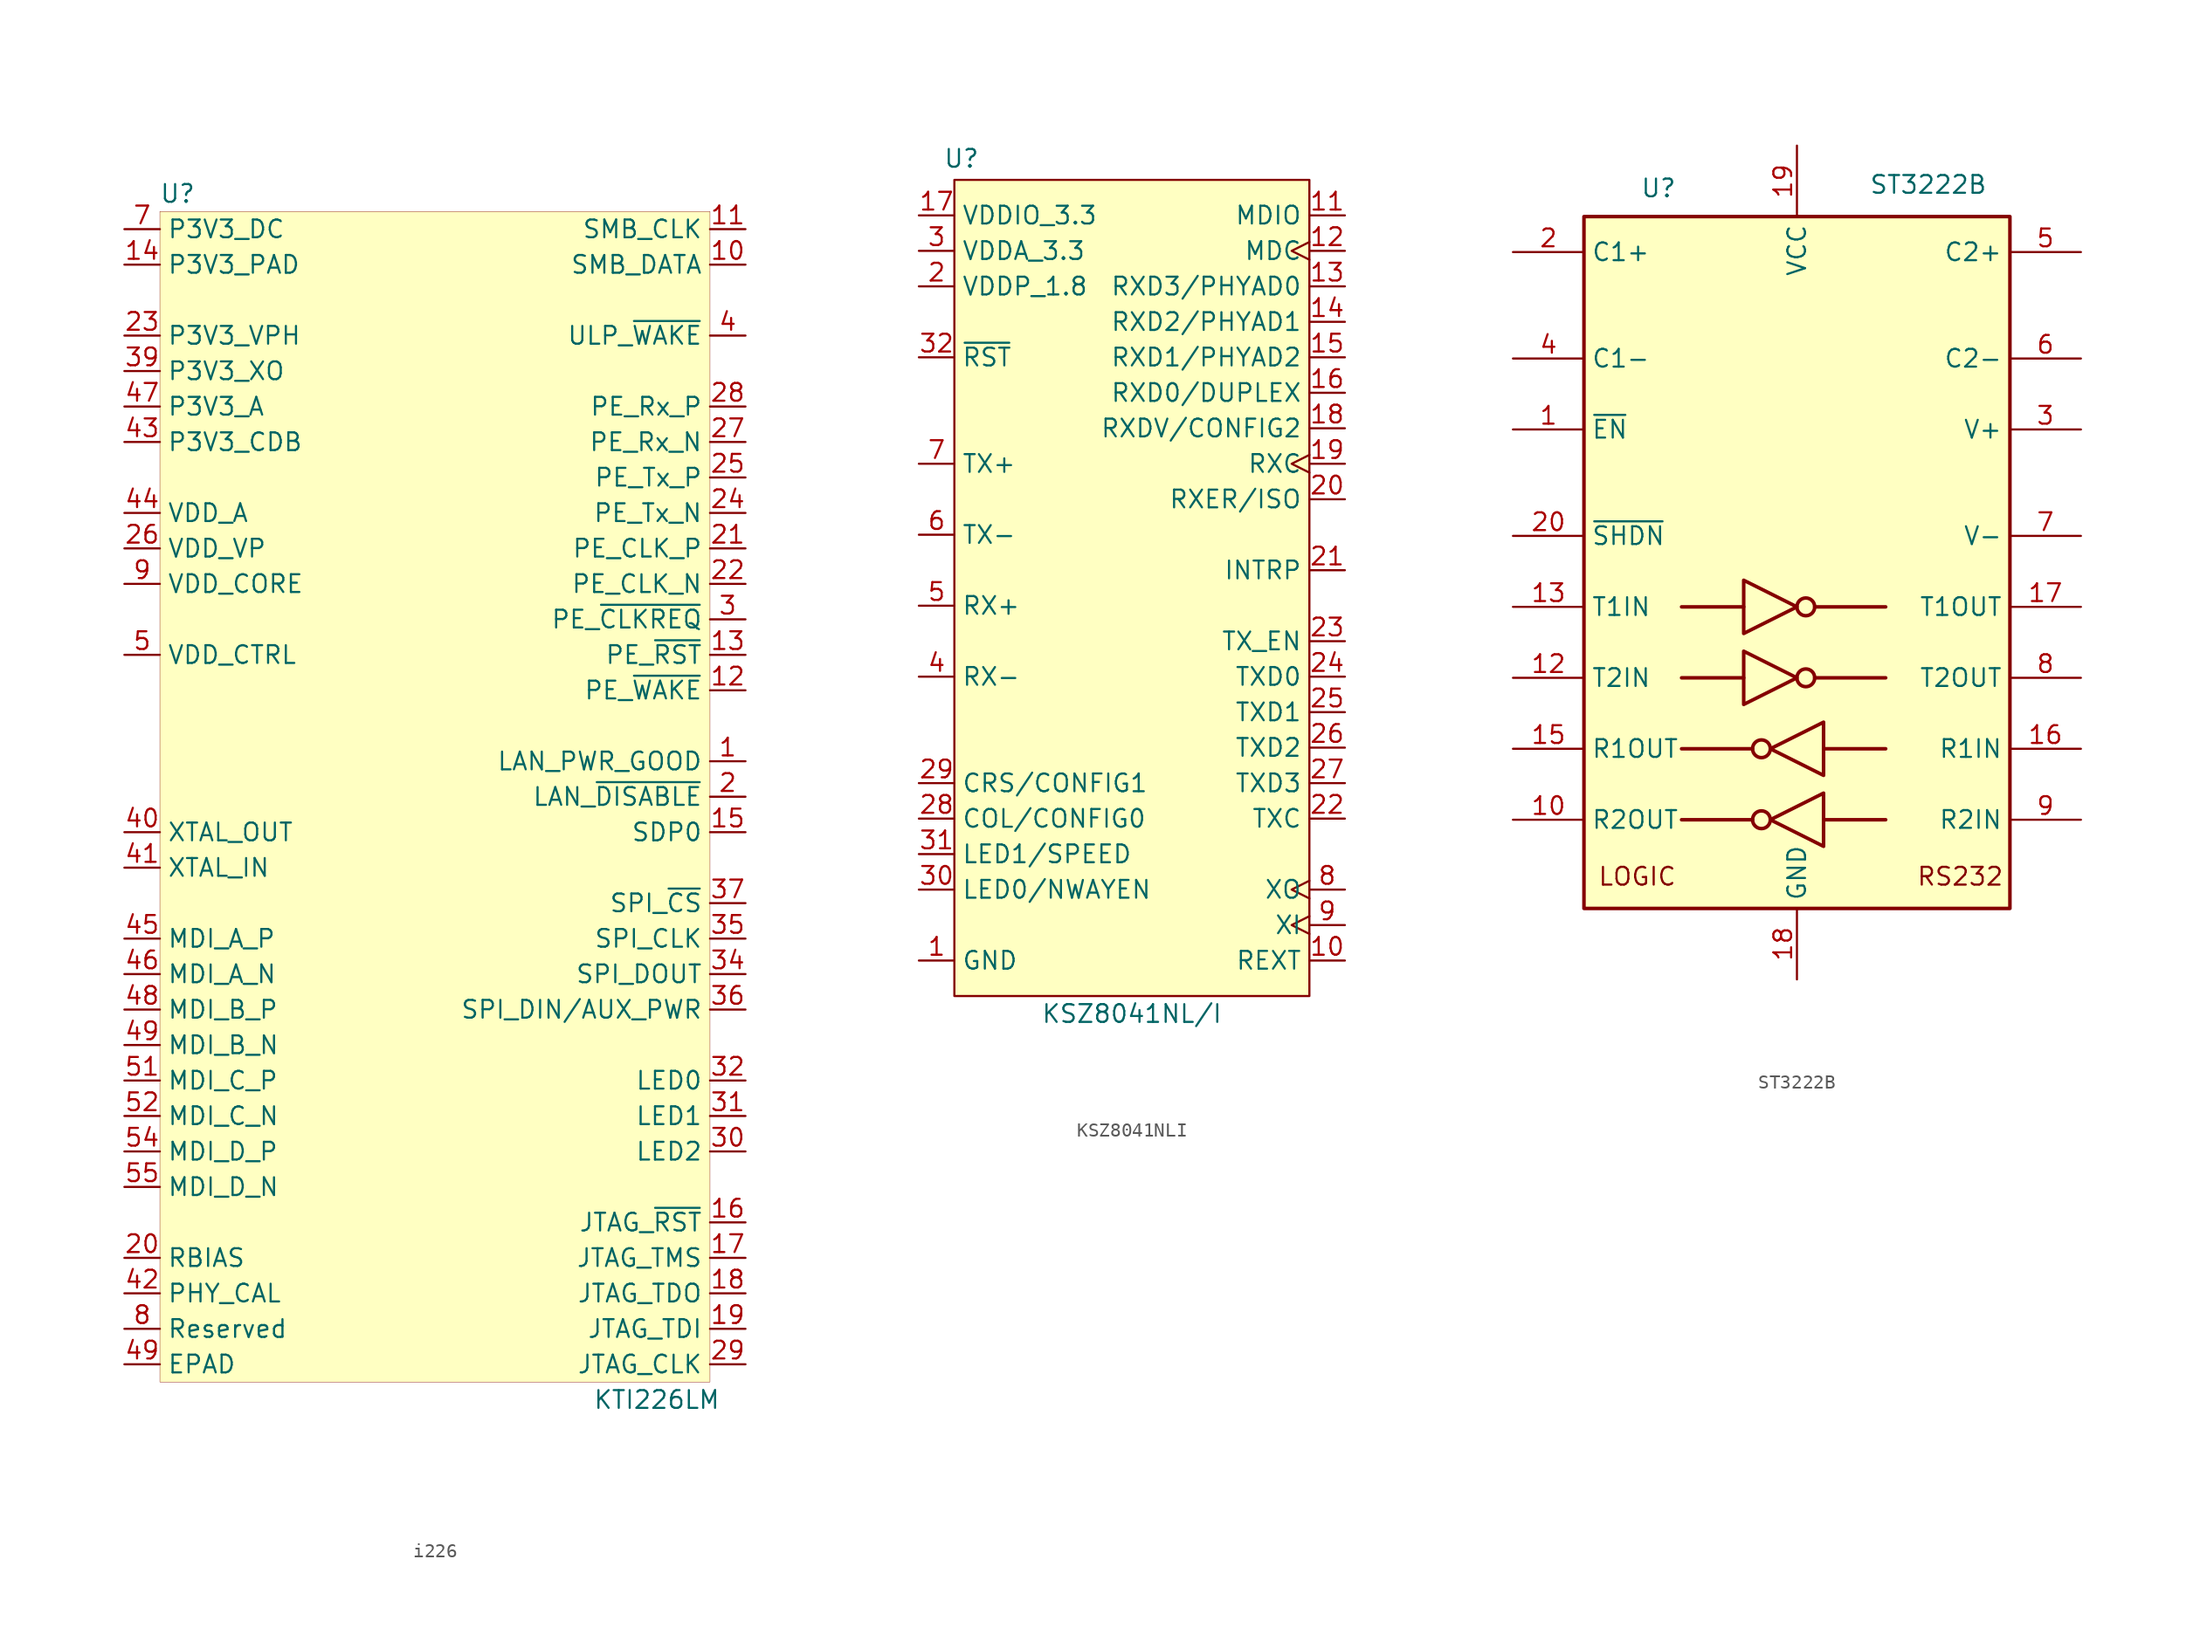
<source format=kicad_sym>
(kicad_symbol_lib
  (version 20241209)
  (generator "kicad_symbol_editor")
  (generator_version "9.0")
  (symbol "i226"
    (property "Reference" "U"
      (at -19.05 40.64 0)
      (effects (font (size 1.27 1.27))))
    (property "Value" "KTI226LM"
      (at 15.24 -45.72 0)
      (effects (font (size 1.27 1.27))))
    (symbol "i226_1_0"
      (rectangle (start -20.32 39.37) (end 19.05 -44.45) (stroke (width 0.025) (type solid) (color 128 0 0 1)) (fill (type background)))
      (pin power_in line (at -22.86 38.1 0) (length 2.54) (name "P3V3_DC" (effects (font (size 1.27 1.27)))) (number "7" (effects (font (size 1.27 1.27)))))
      (pin power_in line (at -22.86 35.56 0) (length 2.54) (name "P3V3_PAD" (effects (font (size 1.27 1.27)))) (number "14" (effects (font (size 1.27 1.27)))))
      (pin power_in line (at -22.86 35.56 0) (length 2.54) (hide yes) (name "P3V3_PAD" (effects (font (size 1.27 1.27)))) (number "33" (effects (font (size 1.27 1.27)))))
      (pin power_in line (at -22.86 30.48 0) (length 2.54) (name "P3V3_VPH" (effects (font (size 1.27 1.27)))) (number "23" (effects (font (size 1.27 1.27)))))
      (pin power_in line (at -22.86 27.94 0) (length 2.54) (name "P3V3_XO" (effects (font (size 1.27 1.27)))) (number "39" (effects (font (size 1.27 1.27)))))
      (pin power_in line (at -22.86 25.4 0) (length 2.54) (name "P3V3_A" (effects (font (size 1.27 1.27)))) (number "47" (effects (font (size 1.27 1.27)))))
      (pin power_in line (at -22.86 25.4 0) (length 2.54) (hide yes) (name "P3V3_A" (effects (font (size 1.27 1.27)))) (number "53" (effects (font (size 1.27 1.27)))))
      (pin power_in line (at -22.86 22.86 0) (length 2.54) (name "P3V3_CDB" (effects (font (size 1.27 1.27)))) (number "43" (effects (font (size 1.27 1.27)))))
      (pin power_in line (at -22.86 17.78 0) (length 2.54) (name "VDD_A" (effects (font (size 1.27 1.27)))) (number "44" (effects (font (size 1.27 1.27)))))
      (pin power_in line (at -22.86 17.78 0) (length 2.54) (hide yes) (name "VDD_A" (effects (font (size 1.27 1.27)))) (number "50" (effects (font (size 1.27 1.27)))))
      (pin power_in line (at -22.86 17.78 0) (length 2.54) (hide yes) (name "VDD_A" (effects (font (size 1.27 1.27)))) (number "56" (effects (font (size 1.27 1.27)))))
      (pin power_in line (at -22.86 15.24 0) (length 2.54) (name "VDD_VP" (effects (font (size 1.27 1.27)))) (number "26" (effects (font (size 1.27 1.27)))))
      (pin power_in line (at -22.86 12.7 0) (length 2.54) (hide yes) (name "VDD_CORE" (effects (font (size 1.27 1.27)))) (number "38" (effects (font (size 1.27 1.27)))))
      (pin power_in line (at -22.86 12.7 0) (length 2.54) (name "VDD_CORE" (effects (font (size 1.27 1.27)))) (number "9" (effects (font (size 1.27 1.27)))))
      (pin output line (at -22.86 7.62 0) (length 2.54) (name "VDD_CTRL" (effects (font (size 1.27 1.27)))) (number "5" (effects (font (size 1.27 1.27)))))
      (pin output line (at -22.86 7.62 0) (length 2.54) (hide yes) (name "VDD_CTRL" (effects (font (size 1.27 1.27)))) (number "6" (effects (font (size 1.27 1.27)))))
      (pin output line (at -22.86 -5.08 0) (length 2.54) (name "XTAL_OUT" (effects (font (size 1.27 1.27)))) (number "40" (effects (font (size 1.27 1.27)))))
      (pin input line (at -22.86 -7.62 0) (length 2.54) (name "XTAL_IN" (effects (font (size 1.27 1.27)))) (number "41" (effects (font (size 1.27 1.27)))))
      (pin bidirectional line (at -22.86 -12.7 0) (length 2.54) (name "MDI_A_P" (effects (font (size 1.27 1.27)))) (number "45" (effects (font (size 1.27 1.27)))))
      (pin bidirectional line (at -22.86 -15.24 0) (length 2.54) (name "MDI_A_N" (effects (font (size 1.27 1.27)))) (number "46" (effects (font (size 1.27 1.27)))))
      (pin bidirectional line (at -22.86 -17.78 0) (length 2.54) (name "MDI_B_P" (effects (font (size 1.27 1.27)))) (number "48" (effects (font (size 1.27 1.27)))))
      (pin bidirectional line (at -22.86 -20.32 0) (length 2.54) (name "MDI_B_N" (effects (font (size 1.27 1.27)))) (number "49" (effects (font (size 1.27 1.27)))))
      (pin bidirectional line (at -22.86 -22.86 0) (length 2.54) (name "MDI_C_P" (effects (font (size 1.27 1.27)))) (number "51" (effects (font (size 1.27 1.27)))))
      (pin bidirectional line (at -22.86 -25.4 0) (length 2.54) (name "MDI_C_N" (effects (font (size 1.27 1.27)))) (number "52" (effects (font (size 1.27 1.27)))))
      (pin bidirectional line (at -22.86 -27.94 0) (length 2.54) (name "MDI_D_P" (effects (font (size 1.27 1.27)))) (number "54" (effects (font (size 1.27 1.27)))))
      (pin bidirectional line (at -22.86 -30.48 0) (length 2.54) (name "MDI_D_N" (effects (font (size 1.27 1.27)))) (number "55" (effects (font (size 1.27 1.27)))))
      (pin bidirectional line (at -22.86 -35.56 0) (length 2.54) (name "RBIAS" (effects (font (size 1.27 1.27)))) (number "20" (effects (font (size 1.27 1.27)))))
      (pin input line (at -22.86 -38.1 0) (length 2.54) (name "PHY_CAL" (effects (font (size 1.27 1.27)))) (number "42" (effects (font (size 1.27 1.27)))))
      (pin unspecified line (at -22.86 -40.64 0) (length 2.54) (name "Reserved" (effects (font (size 1.27 1.27)))) (number "8" (effects (font (size 1.27 1.27)))))
      (pin power_out line (at -22.86 -43.18 0) (length 2.54) (name "EPAD" (effects (font (size 1.27 1.27)))) (number "49" (effects (font (size 1.27 1.27)))))
      (pin bidirectional line (at 21.59 38.1 180) (length 2.54) (name "SMB_CLK" (effects (font (size 1.27 1.27)))) (number "11" (effects (font (size 1.27 1.27)))))
      (pin bidirectional line (at 21.59 35.56 180) (length 2.54) (name "SMB_DATA" (effects (font (size 1.27 1.27)))) (number "10" (effects (font (size 1.27 1.27)))))
      (pin bidirectional line (at 21.59 30.48 180) (length 2.54) (name "ULP_~{WAKE}" (effects (font (size 1.27 1.27)))) (number "4" (effects (font (size 1.27 1.27)))))
      (pin input line (at 21.59 25.4 180) (length 2.54) (name "PE_Rx_P" (effects (font (size 1.27 1.27)))) (number "28" (effects (font (size 1.27 1.27)))))
      (pin input line (at 21.59 22.86 180) (length 2.54) (name "PE_Rx_N" (effects (font (size 1.27 1.27)))) (number "27" (effects (font (size 1.27 1.27)))))
      (pin output line (at 21.59 20.32 180) (length 2.54) (name "PE_Tx_P" (effects (font (size 1.27 1.27)))) (number "25" (effects (font (size 1.27 1.27)))))
      (pin output line (at 21.59 17.78 180) (length 2.54) (name "PE_Tx_N" (effects (font (size 1.27 1.27)))) (number "24" (effects (font (size 1.27 1.27)))))
      (pin input line (at 21.59 15.24 180) (length 2.54) (name "PE_CLK_P" (effects (font (size 1.27 1.27)))) (number "21" (effects (font (size 1.27 1.27)))))
      (pin input line (at 21.59 12.7 180) (length 2.54) (name "PE_CLK_N" (effects (font (size 1.27 1.27)))) (number "22" (effects (font (size 1.27 1.27)))))
      (pin bidirectional line (at 21.59 10.16 180) (length 2.54) (name "PE_~{CLKREQ}" (effects (font (size 1.27 1.27)))) (number "3" (effects (font (size 1.27 1.27)))))
      (pin input line (at 21.59 7.62 180) (length 2.54) (name "PE_~{RST}" (effects (font (size 1.27 1.27)))) (number "13" (effects (font (size 1.27 1.27)))))
      (pin bidirectional line (at 21.59 5.08 180) (length 2.54) (name "PE_~{WAKE}" (effects (font (size 1.27 1.27)))) (number "12" (effects (font (size 1.27 1.27)))))
      (pin input line (at 21.59 0 180) (length 2.54) (name "LAN_PWR_GOOD" (effects (font (size 1.27 1.27)))) (number "1" (effects (font (size 1.27 1.27)))))
      (pin input line (at 21.59 -2.54 180) (length 2.54) (name "LAN_~{DISABLE}" (effects (font (size 1.27 1.27)))) (number "2" (effects (font (size 1.27 1.27)))))
      (pin bidirectional line (at 21.59 -5.08 180) (length 2.54) (name "SDP0" (effects (font (size 1.27 1.27)))) (number "15" (effects (font (size 1.27 1.27)))))
      (pin output line (at 21.59 -10.16 180) (length 2.54) (name "SPI_~{CS}" (effects (font (size 1.27 1.27)))) (number "37" (effects (font (size 1.27 1.27)))))
      (pin output line (at 21.59 -12.7 180) (length 2.54) (name "SPI_CLK" (effects (font (size 1.27 1.27)))) (number "35" (effects (font (size 1.27 1.27)))))
      (pin output line (at 21.59 -15.24 180) (length 2.54) (name "SPI_DOUT" (effects (font (size 1.27 1.27)))) (number "34" (effects (font (size 1.27 1.27)))))
      (pin input line (at 21.59 -17.78 180) (length 2.54) (name "SPI_DIN/AUX_PWR" (effects (font (size 1.27 1.27)))) (number "36" (effects (font (size 1.27 1.27)))))
      (pin output line (at 21.59 -22.86 180) (length 2.54) (name "LED0" (effects (font (size 1.27 1.27)))) (number "32" (effects (font (size 1.27 1.27)))))
      (pin output line (at 21.59 -25.4 180) (length 2.54) (name "LED1" (effects (font (size 1.27 1.27)))) (number "31" (effects (font (size 1.27 1.27)))))
      (pin output line (at 21.59 -27.94 180) (length 2.54) (name "LED2" (effects (font (size 1.27 1.27)))) (number "30" (effects (font (size 1.27 1.27)))))
      (pin input line (at 21.59 -33.02 180) (length 2.54) (name "JTAG_~{RST}" (effects (font (size 1.27 1.27)))) (number "16" (effects (font (size 1.27 1.27)))))
      (pin input line (at 21.59 -35.56 180) (length 2.54) (name "JTAG_TMS" (effects (font (size 1.27 1.27)))) (number "17" (effects (font (size 1.27 1.27)))))
      (pin output line (at 21.59 -38.1 180) (length 2.54) (name "JTAG_TDO" (effects (font (size 1.27 1.27)))) (number "18" (effects (font (size 1.27 1.27)))))
      (pin input line (at 21.59 -40.64 180) (length 2.54) (name "JTAG_TDI" (effects (font (size 1.27 1.27)))) (number "19" (effects (font (size 1.27 1.27)))))
      (pin input line (at 21.59 -43.18 180) (length 2.54) (name "JTAG_CLK" (effects (font (size 1.27 1.27)))) (number "29" (effects (font (size 1.27 1.27)))))))
  (symbol "KSZ8041NLI"
    (property "Reference" "U"
      (at -12.192 29.464 0)
      (effects (font (size 1.27 1.27))))
    (property "Value" "KSZ8041NL/I"
      (at 0 -31.75 0)
      (effects (font (size 1.27 1.27))))
    (symbol "KSZ8041NLI_1_1"
      (rectangle (start -12.7 27.94) (end 12.7 -30.48) (stroke (width 0) (type default)) (fill (type background)))
      (pin power_in line (at -15.24 25.4 0) (length 2.54) (name "VDDIO_3.3" (effects (font (size 1.27 1.27)))) (number "17" (effects (font (size 1.27 1.27)))))
      (pin power_in line (at -15.24 22.86 0) (length 2.54) (name "VDDA_3.3" (effects (font (size 1.27 1.27)))) (number "3" (effects (font (size 1.27 1.27)))))
      (pin power_in line (at -15.24 20.32 0) (length 2.54) (name "VDDP_1.8" (effects (font (size 1.27 1.27)))) (number "2" (effects (font (size 1.27 1.27)))))
      (pin input line (at -15.24 15.24 0) (length 2.54) (name "~{RST}" (effects (font (size 1.27 1.27)))) (number "32" (effects (font (size 1.27 1.27)))))
      (pin bidirectional line (at -15.24 7.62 0) (length 2.54) (name "TX+" (effects (font (size 1.27 1.27)))) (number "7" (effects (font (size 1.27 1.27)))))
      (pin bidirectional line (at -15.24 2.54 0) (length 2.54) (name "TX-" (effects (font (size 1.27 1.27)))) (number "6" (effects (font (size 1.27 1.27)))))
      (pin bidirectional line (at -15.24 -2.54 0) (length 2.54) (name "RX+" (effects (font (size 1.27 1.27)))) (number "5" (effects (font (size 1.27 1.27)))))
      (pin bidirectional line (at -15.24 -7.62 0) (length 2.54) (name "RX-" (effects (font (size 1.27 1.27)))) (number "4" (effects (font (size 1.27 1.27)))))
      (pin bidirectional line (at -15.24 -15.24 0) (length 2.54) (name "CRS/CONFIG1" (effects (font (size 1.27 1.27)))) (number "29" (effects (font (size 1.27 1.27)))))
      (pin bidirectional line (at -15.24 -17.78 0) (length 2.54) (name "COL/CONFIG0" (effects (font (size 1.27 1.27)))) (number "28" (effects (font (size 1.27 1.27)))))
      (pin bidirectional line (at -15.24 -20.32 0) (length 2.54) (name "LED1/SPEED" (effects (font (size 1.27 1.27)))) (number "31" (effects (font (size 1.27 1.27)))))
      (pin bidirectional line (at -15.24 -22.86 0) (length 2.54) (name "LED0/NWAYEN" (effects (font (size 1.27 1.27)))) (number "30" (effects (font (size 1.27 1.27)))))
      (pin power_in line (at -15.24 -27.94 0) (length 2.54) (name "GND" (effects (font (size 1.27 1.27)))) (number "1" (effects (font (size 1.27 1.27)))))
      (pin power_in line (at -15.24 -27.94 0) (length 2.54) (hide yes) (name "GND" (effects (font (size 1.27 1.27)))) (number "EP" (effects (font (size 1.27 1.27)))))
      (pin bidirectional line (at 15.24 25.4 180) (length 2.54) (name "MDIO" (effects (font (size 1.27 1.27)))) (number "11" (effects (font (size 1.27 1.27)))))
      (pin input clock (at 15.24 22.86 180) (length 2.54) (name "MDC" (effects (font (size 1.27 1.27)))) (number "12" (effects (font (size 1.27 1.27)))))
      (pin bidirectional line (at 15.24 20.32 180) (length 2.54) (name "RXD3/PHYAD0" (effects (font (size 1.27 1.27)))) (number "13" (effects (font (size 1.27 1.27)))))
      (pin bidirectional line (at 15.24 17.78 180) (length 2.54) (name "RXD2/PHYAD1" (effects (font (size 1.27 1.27)))) (number "14" (effects (font (size 1.27 1.27)))))
      (pin bidirectional line (at 15.24 15.24 180) (length 2.54) (name "RXD1/PHYAD2" (effects (font (size 1.27 1.27)))) (number "15" (effects (font (size 1.27 1.27)))))
      (pin bidirectional line (at 15.24 12.7 180) (length 2.54) (name "RXD0/DUPLEX" (effects (font (size 1.27 1.27)))) (number "16" (effects (font (size 1.27 1.27)))))
      (pin bidirectional line (at 15.24 10.16 180) (length 2.54) (name "RXDV/CONFIG2" (effects (font (size 1.27 1.27)))) (number "18" (effects (font (size 1.27 1.27)))))
      (pin output clock (at 15.24 7.62 180) (length 2.54) (name "RXC" (effects (font (size 1.27 1.27)))) (number "19" (effects (font (size 1.27 1.27)))))
      (pin bidirectional line (at 15.24 5.08 180) (length 2.54) (name "RXER/ISO" (effects (font (size 1.27 1.27)))) (number "20" (effects (font (size 1.27 1.27)))))
      (pin output line (at 15.24 0 180) (length 2.54) (name "INTRP" (effects (font (size 1.27 1.27)))) (number "21" (effects (font (size 1.27 1.27)))))
      (pin input line (at 15.24 -5.08 180) (length 2.54) (name "TX_EN" (effects (font (size 1.27 1.27)))) (number "23" (effects (font (size 1.27 1.27)))))
      (pin input line (at 15.24 -7.62 180) (length 2.54) (name "TXD0" (effects (font (size 1.27 1.27)))) (number "24" (effects (font (size 1.27 1.27)))))
      (pin input line (at 15.24 -10.16 180) (length 2.54) (name "TXD1" (effects (font (size 1.27 1.27)))) (number "25" (effects (font (size 1.27 1.27)))))
      (pin input line (at 15.24 -12.7 180) (length 2.54) (name "TXD2" (effects (font (size 1.27 1.27)))) (number "26" (effects (font (size 1.27 1.27)))))
      (pin input line (at 15.24 -15.24 180) (length 2.54) (name "TXD3" (effects (font (size 1.27 1.27)))) (number "27" (effects (font (size 1.27 1.27)))))
      (pin output line (at 15.24 -17.78 180) (length 2.54) (name "TXC" (effects (font (size 1.27 1.27)))) (number "22" (effects (font (size 1.27 1.27)))))
      (pin output clock (at 15.24 -22.86 180) (length 2.54) (name "XO" (effects (font (size 1.27 1.27)))) (number "8" (effects (font (size 1.27 1.27)))))
      (pin input clock (at 15.24 -25.4 180) (length 2.54) (name "XI" (effects (font (size 1.27 1.27)))) (number "9" (effects (font (size 1.27 1.27)))))
      (pin input line (at 15.24 -27.94 180) (length 2.54) (name "REXT" (effects (font (size 1.27 1.27)))) (number "10" (effects (font (size 1.27 1.27)))))))
  (symbol "ST3222B"
    (property "Reference" "U"
      (at -9.906 24.892 0)
      (effects (font (size 1.27 1.27))))
    (property "Value" "ST3222B"
      (at 9.398 25.146 0)
      (effects (font (size 1.27 1.27))))
    (symbol "ST3222B_0_0"
      (text "LOGIC" (at -11.43 -24.384 0) (effects (font (size 1.27 1.27))))
      (text "RS232" (at 11.684 -24.384 0) (effects (font (size 1.27 1.27)))))
    (symbol "ST3222B_0_1"
      (rectangle (start -15.24 22.86) (end 15.24 -26.67) (stroke (width 0.254) (type default)) (fill (type background)))
      (polyline (pts (xy -3.81 -3.175) (xy -3.81 -6.985) (xy 0 -5.08) (xy -3.81 -3.175)) (stroke (width 0.254) (type default)) (fill (type none)))
      (polyline (pts (xy -3.81 -5.08) (xy -8.255 -5.08)) (stroke (width 0.254) (type default)) (fill (type none)))
      (polyline (pts (xy -3.81 -8.255) (xy -3.81 -12.065) (xy 0 -10.16) (xy -3.81 -8.255)) (stroke (width 0.254) (type default)) (fill (type none)))
      (polyline (pts (xy -3.81 -10.16) (xy -8.255 -10.16)) (stroke (width 0.254) (type default)) (fill (type none)))
      (polyline (pts (xy -3.175 -15.24) (xy -8.255 -15.24)) (stroke (width 0.254) (type default)) (fill (type none)))
      (polyline (pts (xy -3.175 -20.32) (xy -8.255 -20.32)) (stroke (width 0.254) (type default)) (fill (type none)))
      (circle (center -2.54 -15.24) (radius 0.635) (stroke (width 0.254) (type default)) (fill (type none)))
      (circle (center -2.54 -20.32) (radius 0.635) (stroke (width 0.254) (type default)) (fill (type none)))
      (circle (center 0.635 -5.08) (radius 0.635) (stroke (width 0.254) (type default)) (fill (type none)))
      (circle (center 0.635 -10.16) (radius 0.635) (stroke (width 0.254) (type default)) (fill (type none)))
      (polyline (pts (xy 1.27 -5.08) (xy 6.35 -5.08)) (stroke (width 0.254) (type default)) (fill (type none)))
      (polyline (pts (xy 1.27 -10.16) (xy 6.35 -10.16)) (stroke (width 0.254) (type default)) (fill (type none)))
      (polyline (pts (xy 1.905 -13.335) (xy 1.905 -17.145) (xy -1.905 -15.24) (xy 1.905 -13.335)) (stroke (width 0.254) (type default)) (fill (type none)))
      (polyline (pts (xy 1.905 -15.24) (xy 6.35 -15.24)) (stroke (width 0.254) (type default)) (fill (type none)))
      (polyline (pts (xy 1.905 -18.415) (xy 1.905 -22.225) (xy -1.905 -20.32) (xy 1.905 -18.415)) (stroke (width 0.254) (type default)) (fill (type none)))
      (polyline (pts (xy 1.905 -20.32) (xy 6.35 -20.32)) (stroke (width 0.254) (type default)) (fill (type none))))
    (symbol "ST3222B_1_1"
      (pin passive line (at -20.32 20.32 0) (length 5.08) (name "C1+" (effects (font (size 1.27 1.27)))) (number "2" (effects (font (size 1.27 1.27)))))
      (pin passive line (at -20.32 12.7 0) (length 5.08) (name "C1-" (effects (font (size 1.27 1.27)))) (number "4" (effects (font (size 1.27 1.27)))))
      (pin input line (at -20.32 7.62 0) (length 5.08) (name "~{EN}" (effects (font (size 1.27 1.27)))) (number "1" (effects (font (size 1.27 1.27)))))
      (pin input line (at -20.32 0 0) (length 5.08) (name "~{SHDN}" (effects (font (size 1.27 1.27)))) (number "20" (effects (font (size 1.27 1.27)))))
      (pin input line (at -20.32 -5.08 0) (length 5.08) (name "T1IN" (effects (font (size 1.27 1.27)))) (number "13" (effects (font (size 1.27 1.27)))))
      (pin input line (at -20.32 -10.16 0) (length 5.08) (name "T2IN" (effects (font (size 1.27 1.27)))) (number "12" (effects (font (size 1.27 1.27)))))
      (pin output line (at -20.32 -15.24 0) (length 5.08) (name "R1OUT" (effects (font (size 1.27 1.27)))) (number "15" (effects (font (size 1.27 1.27)))))
      (pin output line (at -20.32 -20.32 0) (length 5.08) (name "R2OUT" (effects (font (size 1.27 1.27)))) (number "10" (effects (font (size 1.27 1.27)))))
      (pin power_in line (at 0 27.94 270) (length 5.08) (name "VCC" (effects (font (size 1.27 1.27)))) (number "19" (effects (font (size 1.27 1.27)))))
      (pin power_in line (at 0 -31.75 90) (length 5.08) (name "GND" (effects (font (size 1.27 1.27)))) (number "18" (effects (font (size 1.27 1.27)))))
      (pin passive line (at 20.32 20.32 180) (length 5.08) (name "C2+" (effects (font (size 1.27 1.27)))) (number "5" (effects (font (size 1.27 1.27)))))
      (pin passive line (at 20.32 12.7 180) (length 5.08) (name "C2-" (effects (font (size 1.27 1.27)))) (number "6" (effects (font (size 1.27 1.27)))))
      (pin power_out line (at 20.32 7.62 180) (length 5.08) (name "V+" (effects (font (size 1.27 1.27)))) (number "3" (effects (font (size 1.27 1.27)))))
      (pin power_out line (at 20.32 0 180) (length 5.08) (name "V-" (effects (font (size 1.27 1.27)))) (number "7" (effects (font (size 1.27 1.27)))))
      (pin output line (at 20.32 -5.08 180) (length 5.08) (name "T1OUT" (effects (font (size 1.27 1.27)))) (number "17" (effects (font (size 1.27 1.27)))))
      (pin output line (at 20.32 -10.16 180) (length 5.08) (name "T2OUT" (effects (font (size 1.27 1.27)))) (number "8" (effects (font (size 1.27 1.27)))))
      (pin input line (at 20.32 -15.24 180) (length 5.08) (name "R1IN" (effects (font (size 1.27 1.27)))) (number "16" (effects (font (size 1.27 1.27)))))
      (pin input line (at 20.32 -20.32 180) (length 5.08) (name "R2IN" (effects (font (size 1.27 1.27)))) (number "9" (effects (font (size 1.27 1.27))))))))
</source>
